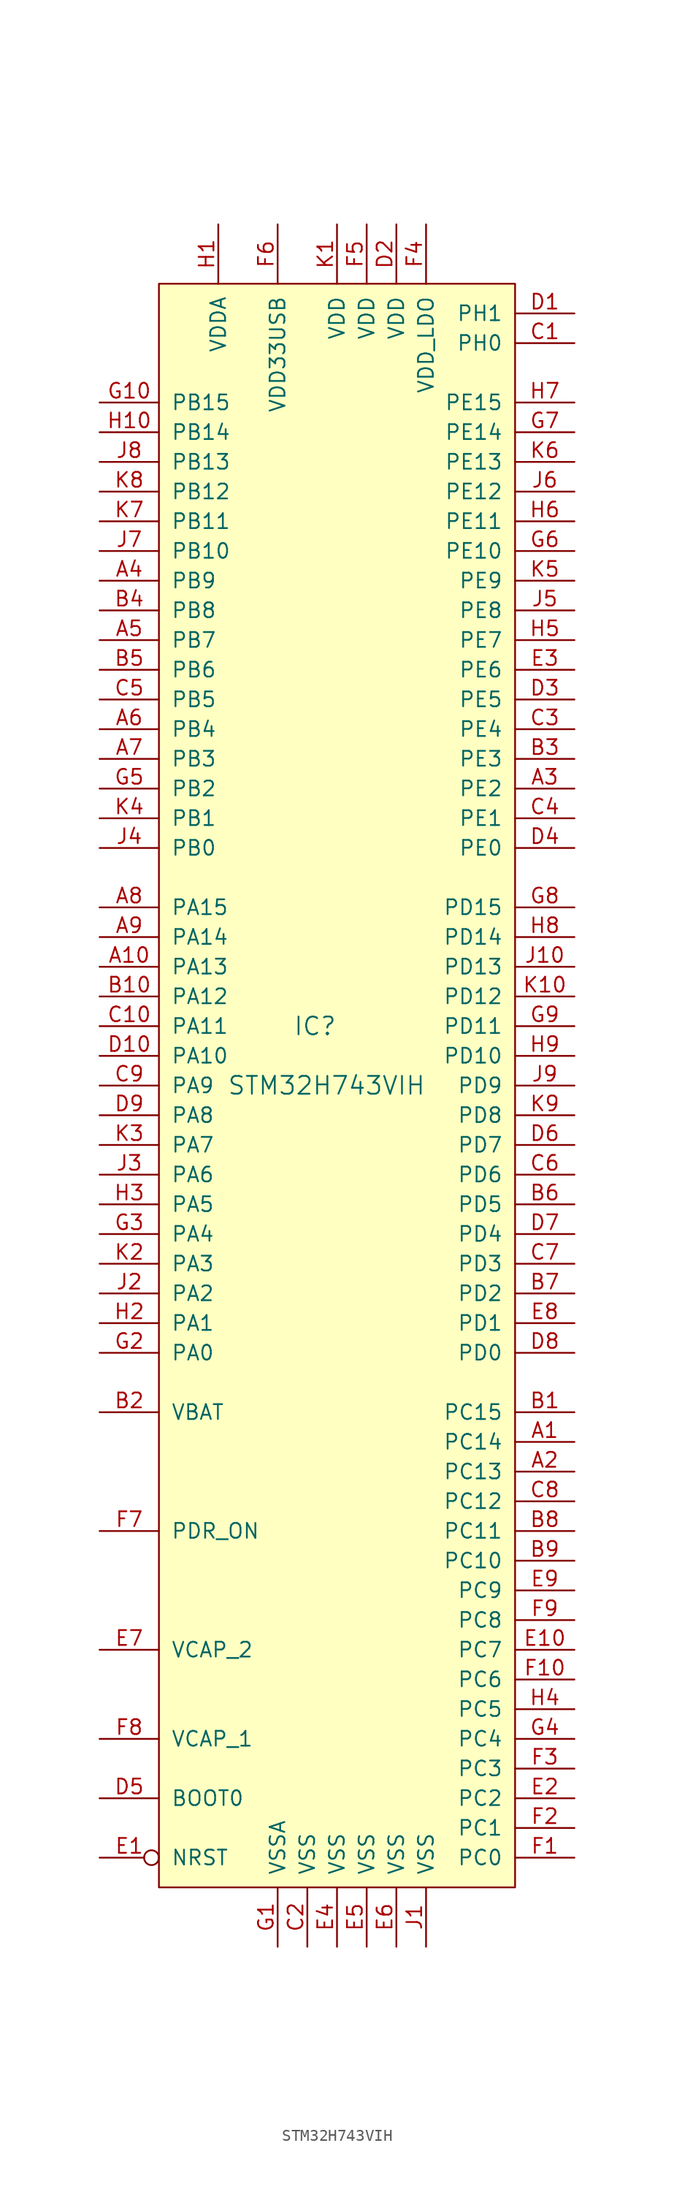
<source format=kicad_sym>
(kicad_symbol_lib
  (version 20220914)
  (generator kicad_symbol_editor)
  (symbol "STM32H743VIH"
    (pin_names
      (offset 1.016))
    (property "Reference" "IC"
      (at 0 5.08 0)
      (effects (font (size 1.524 1.524)) (justify right)))
    (property "Value" "STM32H743VIH"
      (at 7.62 0 0)
      (effects (font (size 1.524 1.524)) (justify right)))
    (symbol "STM32H743VIH_1_1"
      (rectangle (start -15.24 68.58) (end 15.24 -68.58) (stroke (width 0.152) (type default)) (fill (type background)))
      (pin bidirectional line (at 20.32 -30.48 180) (length 5.08) (name "PC14" (effects (font (size 1.27 1.27)))) (number "A1" (effects (font (size 1.27 1.27)))))
      (pin bidirectional line (at -20.32 10.16 0) (length 5.08) (name "PA13" (effects (font (size 1.27 1.27)))) (number "A10" (effects (font (size 1.27 1.27)))))
      (pin bidirectional line (at 20.32 -33.02 180) (length 5.08) (name "PC13" (effects (font (size 1.27 1.27)))) (number "A2" (effects (font (size 1.27 1.27)))))
      (pin bidirectional line (at 20.32 25.4 180) (length 5.08) (name "PE2" (effects (font (size 1.27 1.27)))) (number "A3" (effects (font (size 1.27 1.27)))))
      (pin bidirectional line (at -20.32 43.18 0) (length 5.08) (name "PB9" (effects (font (size 1.27 1.27)))) (number "A4" (effects (font (size 1.27 1.27)))))
      (pin bidirectional line (at -20.32 38.1 0) (length 5.08) (name "PB7" (effects (font (size 1.27 1.27)))) (number "A5" (effects (font (size 1.27 1.27)))))
      (pin bidirectional line (at -20.32 30.48 0) (length 5.08) (name "PB4" (effects (font (size 1.27 1.27)))) (number "A6" (effects (font (size 1.27 1.27)))))
      (pin bidirectional line (at -20.32 27.94 0) (length 5.08) (name "PB3" (effects (font (size 1.27 1.27)))) (number "A7" (effects (font (size 1.27 1.27)))))
      (pin bidirectional line (at -20.32 15.24 0) (length 5.08) (name "PA15" (effects (font (size 1.27 1.27)))) (number "A8" (effects (font (size 1.27 1.27)))))
      (pin bidirectional line (at -20.32 12.7 0) (length 5.08) (name "PA14" (effects (font (size 1.27 1.27)))) (number "A9" (effects (font (size 1.27 1.27)))))
      (pin bidirectional line (at 20.32 -27.94 180) (length 5.08) (name "PC15" (effects (font (size 1.27 1.27)))) (number "B1" (effects (font (size 1.27 1.27)))))
      (pin bidirectional line (at -20.32 7.62 0) (length 5.08) (name "PA12" (effects (font (size 1.27 1.27)))) (number "B10" (effects (font (size 1.27 1.27)))))
      (pin power_in line (at -20.32 -27.94 0) (length 5.08) (name "VBAT" (effects (font (size 1.27 1.27)))) (number "B2" (effects (font (size 1.27 1.27)))))
      (pin bidirectional line (at 20.32 27.94 180) (length 5.08) (name "PE3" (effects (font (size 1.27 1.27)))) (number "B3" (effects (font (size 1.27 1.27)))))
      (pin bidirectional line (at -20.32 40.64 0) (length 5.08) (name "PB8" (effects (font (size 1.27 1.27)))) (number "B4" (effects (font (size 1.27 1.27)))))
      (pin bidirectional line (at -20.32 35.56 0) (length 5.08) (name "PB6" (effects (font (size 1.27 1.27)))) (number "B5" (effects (font (size 1.27 1.27)))))
      (pin bidirectional line (at 20.32 -10.16 180) (length 5.08) (name "PD5" (effects (font (size 1.27 1.27)))) (number "B6" (effects (font (size 1.27 1.27)))))
      (pin bidirectional line (at 20.32 -17.78 180) (length 5.08) (name "PD2" (effects (font (size 1.27 1.27)))) (number "B7" (effects (font (size 1.27 1.27)))))
      (pin bidirectional line (at 20.32 -38.1 180) (length 5.08) (name "PC11" (effects (font (size 1.27 1.27)))) (number "B8" (effects (font (size 1.27 1.27)))))
      (pin bidirectional line (at 20.32 -40.64 180) (length 5.08) (name "PC10" (effects (font (size 1.27 1.27)))) (number "B9" (effects (font (size 1.27 1.27)))))
      (pin bidirectional line (at 20.32 63.5 180) (length 5.08) (name "PH0" (effects (font (size 1.27 1.27)))) (number "C1" (effects (font (size 1.27 1.27)))))
      (pin bidirectional line (at -20.32 5.08 0) (length 5.08) (name "PA11" (effects (font (size 1.27 1.27)))) (number "C10" (effects (font (size 1.27 1.27)))))
      (pin power_in line (at -2.54 -73.66 90) (length 5.08) (name "VSS" (effects (font (size 1.27 1.27)))) (number "C2" (effects (font (size 1.27 1.27)))))
      (pin bidirectional line (at 20.32 30.48 180) (length 5.08) (name "PE4" (effects (font (size 1.27 1.27)))) (number "C3" (effects (font (size 1.27 1.27)))))
      (pin bidirectional line (at 20.32 22.86 180) (length 5.08) (name "PE1" (effects (font (size 1.27 1.27)))) (number "C4" (effects (font (size 1.27 1.27)))))
      (pin bidirectional line (at -20.32 33.02 0) (length 5.08) (name "PB5" (effects (font (size 1.27 1.27)))) (number "C5" (effects (font (size 1.27 1.27)))))
      (pin bidirectional line (at 20.32 -7.62 180) (length 5.08) (name "PD6" (effects (font (size 1.27 1.27)))) (number "C6" (effects (font (size 1.27 1.27)))))
      (pin bidirectional line (at 20.32 -15.24 180) (length 5.08) (name "PD3" (effects (font (size 1.27 1.27)))) (number "C7" (effects (font (size 1.27 1.27)))))
      (pin bidirectional line (at 20.32 -35.56 180) (length 5.08) (name "PC12" (effects (font (size 1.27 1.27)))) (number "C8" (effects (font (size 1.27 1.27)))))
      (pin bidirectional line (at -20.32 0 0) (length 5.08) (name "PA9" (effects (font (size 1.27 1.27)))) (number "C9" (effects (font (size 1.27 1.27)))))
      (pin bidirectional line (at 20.32 66.04 180) (length 5.08) (name "PH1" (effects (font (size 1.27 1.27)))) (number "D1" (effects (font (size 1.27 1.27)))))
      (pin bidirectional line (at -20.32 2.54 0) (length 5.08) (name "PA10" (effects (font (size 1.27 1.27)))) (number "D10" (effects (font (size 1.27 1.27)))))
      (pin power_in line (at 5.08 73.66 270) (length 5.08) (name "VDD" (effects (font (size 1.27 1.27)))) (number "D2" (effects (font (size 1.27 1.27)))))
      (pin bidirectional line (at 20.32 33.02 180) (length 5.08) (name "PE5" (effects (font (size 1.27 1.27)))) (number "D3" (effects (font (size 1.27 1.27)))))
      (pin bidirectional line (at 20.32 20.32 180) (length 5.08) (name "PE0" (effects (font (size 1.27 1.27)))) (number "D4" (effects (font (size 1.27 1.27)))))
      (pin input line (at -20.32 -60.96 0) (length 5.08) (name "BOOT0" (effects (font (size 1.27 1.27)))) (number "D5" (effects (font (size 1.27 1.27)))))
      (pin bidirectional line (at 20.32 -5.08 180) (length 5.08) (name "PD7" (effects (font (size 1.27 1.27)))) (number "D6" (effects (font (size 1.27 1.27)))))
      (pin bidirectional line (at 20.32 -12.7 180) (length 5.08) (name "PD4" (effects (font (size 1.27 1.27)))) (number "D7" (effects (font (size 1.27 1.27)))))
      (pin bidirectional line (at 20.32 -22.86 180) (length 5.08) (name "PD0" (effects (font (size 1.27 1.27)))) (number "D8" (effects (font (size 1.27 1.27)))))
      (pin bidirectional line (at -20.32 -2.54 0) (length 5.08) (name "PA8" (effects (font (size 1.27 1.27)))) (number "D9" (effects (font (size 1.27 1.27)))))
      (pin bidirectional inverted (at -20.32 -66.04 0) (length 5.08) (name "NRST" (effects (font (size 1.27 1.27)))) (number "E1" (effects (font (size 1.27 1.27)))))
      (pin bidirectional line (at 20.32 -48.26 180) (length 5.08) (name "PC7" (effects (font (size 1.27 1.27)))) (number "E10" (effects (font (size 1.27 1.27)))))
      (pin bidirectional line (at 20.32 -60.96 180) (length 5.08) (name "PC2" (effects (font (size 1.27 1.27)))) (number "E2" (effects (font (size 1.27 1.27)))))
      (pin bidirectional line (at 20.32 35.56 180) (length 5.08) (name "PE6" (effects (font (size 1.27 1.27)))) (number "E3" (effects (font (size 1.27 1.27)))))
      (pin power_in line (at 0 -73.66 90) (length 5.08) (name "VSS" (effects (font (size 1.27 1.27)))) (number "E4" (effects (font (size 1.27 1.27)))))
      (pin power_in line (at 2.54 -73.66 90) (length 5.08) (name "VSS" (effects (font (size 1.27 1.27)))) (number "E5" (effects (font (size 1.27 1.27)))))
      (pin power_in line (at 5.08 -73.66 90) (length 5.08) (name "VSS" (effects (font (size 1.27 1.27)))) (number "E6" (effects (font (size 1.27 1.27)))))
      (pin power_in line (at -20.32 -48.26 0) (length 5.08) (name "VCAP_2" (effects (font (size 1.27 1.27)))) (number "E7" (effects (font (size 1.27 1.27)))))
      (pin bidirectional line (at 20.32 -20.32 180) (length 5.08) (name "PD1" (effects (font (size 1.27 1.27)))) (number "E8" (effects (font (size 1.27 1.27)))))
      (pin bidirectional line (at 20.32 -43.18 180) (length 5.08) (name "PC9" (effects (font (size 1.27 1.27)))) (number "E9" (effects (font (size 1.27 1.27)))))
      (pin bidirectional line (at 20.32 -66.04 180) (length 5.08) (name "PC0" (effects (font (size 1.27 1.27)))) (number "F1" (effects (font (size 1.27 1.27)))))
      (pin bidirectional line (at 20.32 -50.8 180) (length 5.08) (name "PC6" (effects (font (size 1.27 1.27)))) (number "F10" (effects (font (size 1.27 1.27)))))
      (pin bidirectional line (at 20.32 -63.5 180) (length 5.08) (name "PC1" (effects (font (size 1.27 1.27)))) (number "F2" (effects (font (size 1.27 1.27)))))
      (pin bidirectional line (at 20.32 -58.42 180) (length 5.08) (name "PC3" (effects (font (size 1.27 1.27)))) (number "F3" (effects (font (size 1.27 1.27)))))
      (pin power_in line (at 7.62 73.66 270) (length 5.08) (name "VDD_LDO" (effects (font (size 1.27 1.27)))) (number "F4" (effects (font (size 1.27 1.27)))))
      (pin power_in line (at 2.54 73.66 270) (length 5.08) (name "VDD" (effects (font (size 1.27 1.27)))) (number "F5" (effects (font (size 1.27 1.27)))))
      (pin power_in line (at -5.08 73.66 270) (length 5.08) (name "VDD33USB" (effects (font (size 1.27 1.27)))) (number "F6" (effects (font (size 1.27 1.27)))))
      (pin power_in line (at -20.32 -38.1 0) (length 5.08) (name "PDR_ON" (effects (font (size 1.27 1.27)))) (number "F7" (effects (font (size 1.27 1.27)))))
      (pin power_in line (at -20.32 -55.88 0) (length 5.08) (name "VCAP_1" (effects (font (size 1.27 1.27)))) (number "F8" (effects (font (size 1.27 1.27)))))
      (pin bidirectional line (at 20.32 -45.72 180) (length 5.08) (name "PC8" (effects (font (size 1.27 1.27)))) (number "F9" (effects (font (size 1.27 1.27)))))
      (pin power_in line (at -5.08 -73.66 90) (length 5.08) (name "VSSA" (effects (font (size 1.27 1.27)))) (number "G1" (effects (font (size 1.27 1.27)))))
      (pin bidirectional line (at -20.32 58.42 0) (length 5.08) (name "PB15" (effects (font (size 1.27 1.27)))) (number "G10" (effects (font (size 1.27 1.27)))))
      (pin bidirectional line (at -20.32 -22.86 0) (length 5.08) (name "PA0" (effects (font (size 1.27 1.27)))) (number "G2" (effects (font (size 1.27 1.27)))))
      (pin bidirectional line (at -20.32 -12.7 0) (length 5.08) (name "PA4" (effects (font (size 1.27 1.27)))) (number "G3" (effects (font (size 1.27 1.27)))))
      (pin bidirectional line (at 20.32 -55.88 180) (length 5.08) (name "PC4" (effects (font (size 1.27 1.27)))) (number "G4" (effects (font (size 1.27 1.27)))))
      (pin bidirectional line (at -20.32 25.4 0) (length 5.08) (name "PB2" (effects (font (size 1.27 1.27)))) (number "G5" (effects (font (size 1.27 1.27)))))
      (pin bidirectional line (at 20.32 45.72 180) (length 5.08) (name "PE10" (effects (font (size 1.27 1.27)))) (number "G6" (effects (font (size 1.27 1.27)))))
      (pin bidirectional line (at 20.32 55.88 180) (length 5.08) (name "PE14" (effects (font (size 1.27 1.27)))) (number "G7" (effects (font (size 1.27 1.27)))))
      (pin bidirectional line (at 20.32 15.24 180) (length 5.08) (name "PD15" (effects (font (size 1.27 1.27)))) (number "G8" (effects (font (size 1.27 1.27)))))
      (pin bidirectional line (at 20.32 5.08 180) (length 5.08) (name "PD11" (effects (font (size 1.27 1.27)))) (number "G9" (effects (font (size 1.27 1.27)))))
      (pin power_in line (at -10.16 73.66 270) (length 5.08) (name "VDDA" (effects (font (size 1.27 1.27)))) (number "H1" (effects (font (size 1.27 1.27)))))
      (pin bidirectional line (at -20.32 55.88 0) (length 5.08) (name "PB14" (effects (font (size 1.27 1.27)))) (number "H10" (effects (font (size 1.27 1.27)))))
      (pin bidirectional line (at -20.32 -20.32 0) (length 5.08) (name "PA1" (effects (font (size 1.27 1.27)))) (number "H2" (effects (font (size 1.27 1.27)))))
      (pin bidirectional line (at -20.32 -10.16 0) (length 5.08) (name "PA5" (effects (font (size 1.27 1.27)))) (number "H3" (effects (font (size 1.27 1.27)))))
      (pin bidirectional line (at 20.32 -53.34 180) (length 5.08) (name "PC5" (effects (font (size 1.27 1.27)))) (number "H4" (effects (font (size 1.27 1.27)))))
      (pin bidirectional line (at 20.32 38.1 180) (length 5.08) (name "PE7" (effects (font (size 1.27 1.27)))) (number "H5" (effects (font (size 1.27 1.27)))))
      (pin bidirectional line (at 20.32 48.26 180) (length 5.08) (name "PE11" (effects (font (size 1.27 1.27)))) (number "H6" (effects (font (size 1.27 1.27)))))
      (pin bidirectional line (at 20.32 58.42 180) (length 5.08) (name "PE15" (effects (font (size 1.27 1.27)))) (number "H7" (effects (font (size 1.27 1.27)))))
      (pin bidirectional line (at 20.32 12.7 180) (length 5.08) (name "PD14" (effects (font (size 1.27 1.27)))) (number "H8" (effects (font (size 1.27 1.27)))))
      (pin bidirectional line (at 20.32 2.54 180) (length 5.08) (name "PD10" (effects (font (size 1.27 1.27)))) (number "H9" (effects (font (size 1.27 1.27)))))
      (pin power_in line (at 7.62 -73.66 90) (length 5.08) (name "VSS" (effects (font (size 1.27 1.27)))) (number "J1" (effects (font (size 1.27 1.27)))))
      (pin bidirectional line (at 20.32 10.16 180) (length 5.08) (name "PD13" (effects (font (size 1.27 1.27)))) (number "J10" (effects (font (size 1.27 1.27)))))
      (pin bidirectional line (at -20.32 -17.78 0) (length 5.08) (name "PA2" (effects (font (size 1.27 1.27)))) (number "J2" (effects (font (size 1.27 1.27)))))
      (pin bidirectional line (at -20.32 -7.62 0) (length 5.08) (name "PA6" (effects (font (size 1.27 1.27)))) (number "J3" (effects (font (size 1.27 1.27)))))
      (pin bidirectional line (at -20.32 20.32 0) (length 5.08) (name "PB0" (effects (font (size 1.27 1.27)))) (number "J4" (effects (font (size 1.27 1.27)))))
      (pin bidirectional line (at 20.32 40.64 180) (length 5.08) (name "PE8" (effects (font (size 1.27 1.27)))) (number "J5" (effects (font (size 1.27 1.27)))))
      (pin bidirectional line (at 20.32 50.8 180) (length 5.08) (name "PE12" (effects (font (size 1.27 1.27)))) (number "J6" (effects (font (size 1.27 1.27)))))
      (pin bidirectional line (at -20.32 45.72 0) (length 5.08) (name "PB10" (effects (font (size 1.27 1.27)))) (number "J7" (effects (font (size 1.27 1.27)))))
      (pin bidirectional line (at -20.32 53.34 0) (length 5.08) (name "PB13" (effects (font (size 1.27 1.27)))) (number "J8" (effects (font (size 1.27 1.27)))))
      (pin bidirectional line (at 20.32 0 180) (length 5.08) (name "PD9" (effects (font (size 1.27 1.27)))) (number "J9" (effects (font (size 1.27 1.27)))))
      (pin power_in line (at 0 73.66 270) (length 5.08) (name "VDD" (effects (font (size 1.27 1.27)))) (number "K1" (effects (font (size 1.27 1.27)))))
      (pin bidirectional line (at 20.32 7.62 180) (length 5.08) (name "PD12" (effects (font (size 1.27 1.27)))) (number "K10" (effects (font (size 1.27 1.27)))))
      (pin bidirectional line (at -20.32 -15.24 0) (length 5.08) (name "PA3" (effects (font (size 1.27 1.27)))) (number "K2" (effects (font (size 1.27 1.27)))))
      (pin bidirectional line (at -20.32 -5.08 0) (length 5.08) (name "PA7" (effects (font (size 1.27 1.27)))) (number "K3" (effects (font (size 1.27 1.27)))))
      (pin bidirectional line (at -20.32 22.86 0) (length 5.08) (name "PB1" (effects (font (size 1.27 1.27)))) (number "K4" (effects (font (size 1.27 1.27)))))
      (pin bidirectional line (at 20.32 43.18 180) (length 5.08) (name "PE9" (effects (font (size 1.27 1.27)))) (number "K5" (effects (font (size 1.27 1.27)))))
      (pin bidirectional line (at 20.32 53.34 180) (length 5.08) (name "PE13" (effects (font (size 1.27 1.27)))) (number "K6" (effects (font (size 1.27 1.27)))))
      (pin bidirectional line (at -20.32 48.26 0) (length 5.08) (name "PB11" (effects (font (size 1.27 1.27)))) (number "K7" (effects (font (size 1.27 1.27)))))
      (pin bidirectional line (at -20.32 50.8 0) (length 5.08) (name "PB12" (effects (font (size 1.27 1.27)))) (number "K8" (effects (font (size 1.27 1.27)))))
      (pin bidirectional line (at 20.32 -2.54 180) (length 5.08) (name "PD8" (effects (font (size 1.27 1.27)))) (number "K9" (effects (font (size 1.27 1.27))))))))
</source>
